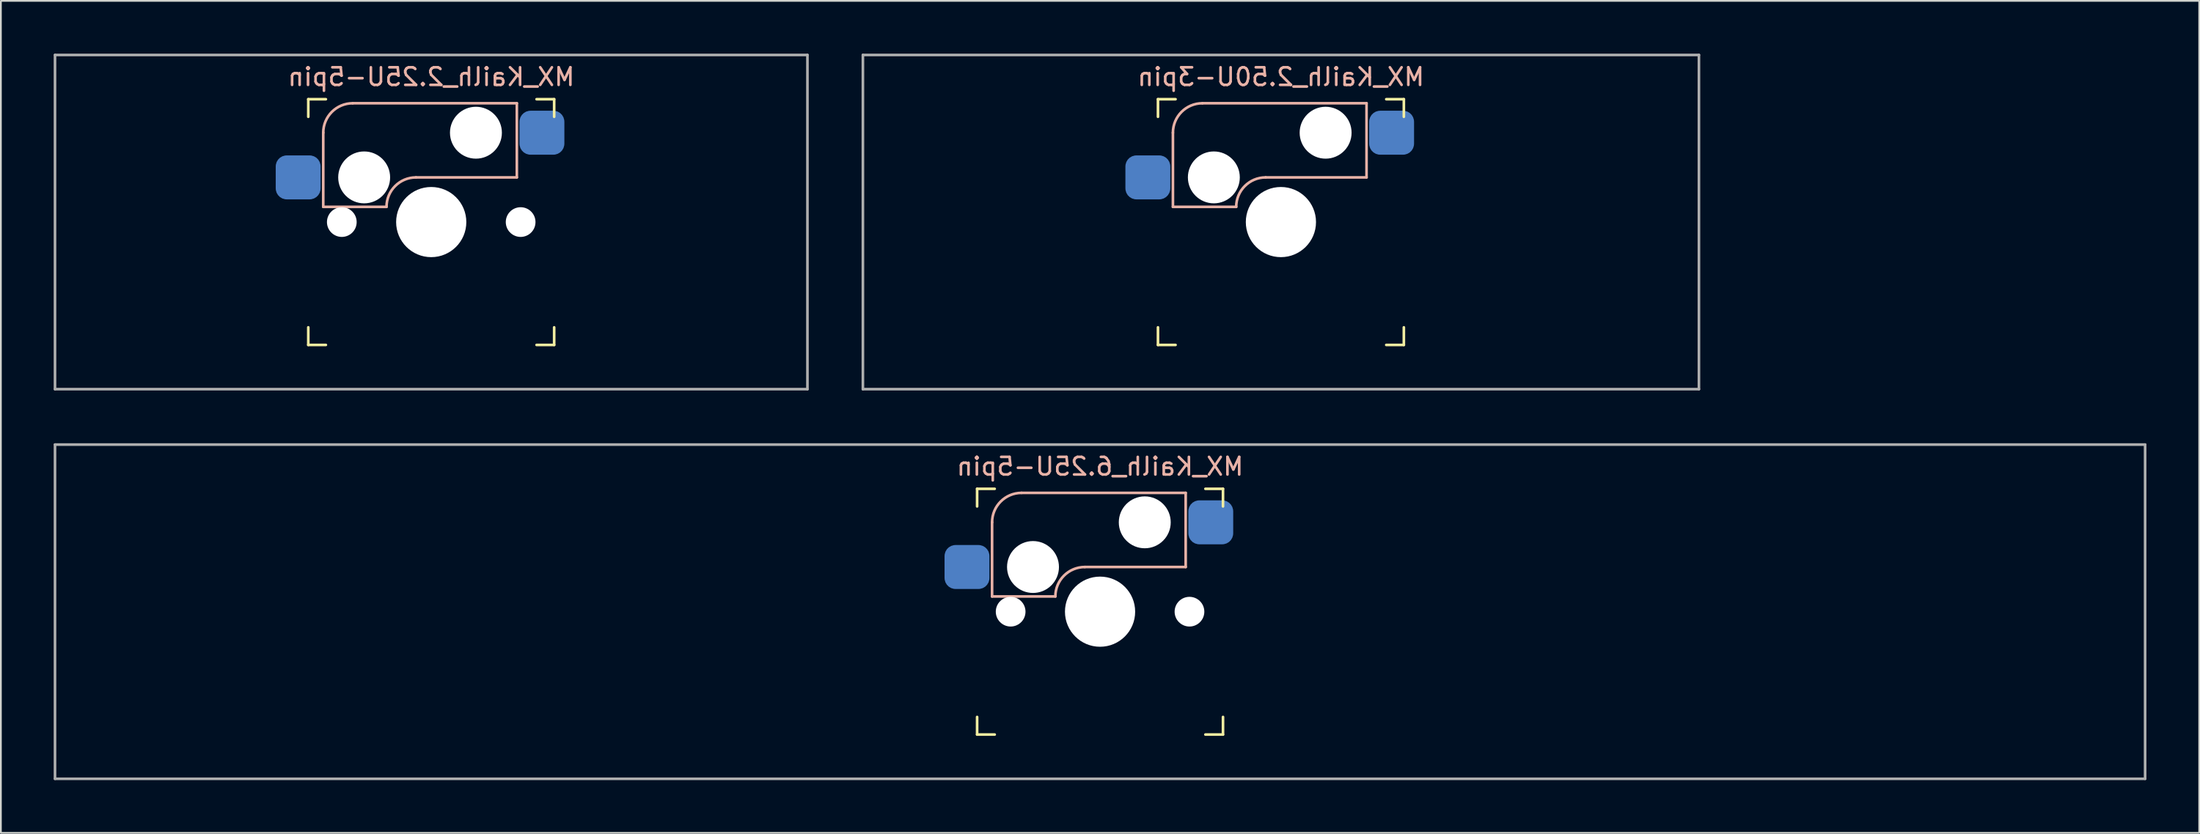
<source format=kicad_pcb>
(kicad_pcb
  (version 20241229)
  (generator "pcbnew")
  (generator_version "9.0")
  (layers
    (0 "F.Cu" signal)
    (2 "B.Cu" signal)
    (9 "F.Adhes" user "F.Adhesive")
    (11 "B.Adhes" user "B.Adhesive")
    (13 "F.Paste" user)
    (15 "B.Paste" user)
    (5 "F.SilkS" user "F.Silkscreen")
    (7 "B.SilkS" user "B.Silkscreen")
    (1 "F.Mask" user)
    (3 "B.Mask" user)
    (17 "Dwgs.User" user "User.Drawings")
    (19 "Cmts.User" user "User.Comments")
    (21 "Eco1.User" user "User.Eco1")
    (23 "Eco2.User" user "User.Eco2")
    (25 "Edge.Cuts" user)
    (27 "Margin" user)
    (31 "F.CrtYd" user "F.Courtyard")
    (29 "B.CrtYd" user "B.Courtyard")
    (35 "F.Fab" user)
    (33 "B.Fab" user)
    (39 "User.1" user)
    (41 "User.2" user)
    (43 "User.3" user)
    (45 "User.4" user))
  (footprint "MX_Kailh_2.25U-5pin"
    (layer "F.Cu")
    (at 21.45 9.575)
    (property "Reference" "MX_Kailh_2.25U-5pin" (at 0 -8.255 0) (layer "B.SilkS") (effects (font (size 1 1) (thickness 0.15)) (justify mirror)))
    (attr smd)
    (fp_line (start -6.985 -5.985) (end -6.985 -6.985) (stroke (width 0.15) (type solid)) (layer "F.SilkS"))
    (fp_line (start -6.985 6.985) (end -6.985 5.985) (stroke (width 0.15) (type solid)) (layer "F.SilkS"))
    (fp_line (start -6.985 6.985) (end -5.985 6.985) (stroke (width 0.15) (type solid)) (layer "F.SilkS"))
    (fp_line (start -5.985 -6.985) (end -6.985 -6.985) (stroke (width 0.15) (type solid)) (layer "F.SilkS"))
    (fp_line (start 5.985 6.985) (end 6.985 6.985) (stroke (width 0.15) (type solid)) (layer "F.SilkS"))
    (fp_line (start 6.985 -6.985) (end 5.985 -6.985) (stroke (width 0.15) (type solid)) (layer "F.SilkS"))
    (fp_line (start 6.985 -6.985) (end 6.985 -5.985) (stroke (width 0.15) (type solid)) (layer "F.SilkS"))
    (fp_line (start 6.985 5.985) (end 6.985 6.985) (stroke (width 0.15) (type solid)) (layer "F.SilkS"))
    (fp_line (start -6.135 -5.08) (end -6.135 -0.865) (stroke (width 0.15) (type solid)) (layer "B.SilkS"))
    (fp_line (start -6.135 -0.865) (end -2.54 -0.865) (stroke (width 0.15) (type solid)) (layer "B.SilkS"))
    (fp_line (start -4.46 -6.755) (end 4.865 -6.755) (stroke (width 0.15) (type solid)) (layer "B.SilkS"))
    (fp_line (start -0.865 -2.54) (end 4.865 -2.54) (stroke (width 0.15) (type solid)) (layer "B.SilkS"))
    (fp_line (start 4.865 -6.755) (end 4.865 -2.54) (stroke (width 0.15) (type solid)) (layer "B.SilkS"))
    (fp_arc (start -6.135 -5.08) (mid -5.644404 -6.264404) (end -4.46 -6.755) (stroke (width 0.15) (type solid)) (layer "B.SilkS"))
    (fp_arc (start -2.54 -0.865) (mid -2.049404 -2.049404) (end -0.865 -2.54) (stroke (width 0.15) (type solid)) (layer "B.SilkS"))
    (fp_line (start -6.985 6.985) (end -6.985 -6.985) (stroke (width 0.15) (type solid)) (layer "Eco2.User"))
    (fp_line (start -6.985 6.985) (end 6.985 6.985) (stroke (width 0.15) (type solid)) (layer "Eco2.User"))
    (fp_line (start 6.985 -6.985) (end -6.985 -6.985) (stroke (width 0.15) (type solid)) (layer "Eco2.User"))
    (fp_line (start 6.985 -6.985) (end 6.985 6.985) (stroke (width 0.15) (type solid)) (layer "Eco2.User"))
    (fp_line (start -21.375 -9.5) (end 21.375 -9.5) (stroke (width 0.15) (type solid)) (layer "F.Fab"))
    (fp_line (start -21.375 9.5) (end -21.375 -9.5) (stroke (width 0.15) (type solid)) (layer "F.Fab"))
    (fp_line (start 21.375 -9.5) (end 21.375 9.5) (stroke (width 0.15) (type solid)) (layer "F.Fab"))
    (fp_line (start 21.375 9.5) (end -21.375 9.5) (stroke (width 0.15) (type solid)) (layer "F.Fab"))
    (pad "" np_thru_hole circle (at -5.08 0) (size 1.688 1.688) (drill 1.688) (layers "*.Cu" "*.Mask"))
    (pad "" np_thru_hole circle (at -3.81 -2.54) (size 2.95 2.95) (drill 2.95) (layers "*.Cu" "*.Mask"))
    (pad "" np_thru_hole circle (at 0 0) (size 3.988 3.988) (drill 3.988) (layers "*.Cu" "*.Mask"))
    (pad "" np_thru_hole circle (at 2.54 -5.08) (size 2.95 2.95) (drill 2.95) (layers "*.Cu" "*.Mask"))
    (pad "" np_thru_hole circle (at 5.08 0) (size 1.688 1.688) (drill 1.688) (layers "*.Cu" "*.Mask"))
    (pad "1" smd roundrect (at 6.29 -5.08) (size 2.55 2.5) (layers "B.Cu" "B.Mask" "B.Paste") (roundrect_rratio 0.25))
    (pad "2" smd roundrect (at -7.56 -2.54) (size 2.55 2.5) (layers "B.Cu" "B.Mask" "B.Paste") (roundrect_rratio 0.25)))
  (footprint "MX_Kailh_6.25U-5pin"
    (layer "F.Cu")
    (at 59.45 31.725)
    (property "Reference" "MX_Kailh_6.25U-5pin" (at 0 -8.255 0) (layer "B.SilkS") (effects (font (size 1 1) (thickness 0.15)) (justify mirror)))
    (attr smd)
    (fp_line (start -6.985 -5.985) (end -6.985 -6.985) (stroke (width 0.15) (type solid)) (layer "F.SilkS"))
    (fp_line (start -6.985 6.985) (end -6.985 5.985) (stroke (width 0.15) (type solid)) (layer "F.SilkS"))
    (fp_line (start -6.985 6.985) (end -5.985 6.985) (stroke (width 0.15) (type solid)) (layer "F.SilkS"))
    (fp_line (start -5.985 -6.985) (end -6.985 -6.985) (stroke (width 0.15) (type solid)) (layer "F.SilkS"))
    (fp_line (start 5.985 6.985) (end 6.985 6.985) (stroke (width 0.15) (type solid)) (layer "F.SilkS"))
    (fp_line (start 6.985 -6.985) (end 5.985 -6.985) (stroke (width 0.15) (type solid)) (layer "F.SilkS"))
    (fp_line (start 6.985 -6.985) (end 6.985 -5.985) (stroke (width 0.15) (type solid)) (layer "F.SilkS"))
    (fp_line (start 6.985 5.985) (end 6.985 6.985) (stroke (width 0.15) (type solid)) (layer "F.SilkS"))
    (fp_line (start -6.135 -5.08) (end -6.135 -0.865) (stroke (width 0.15) (type solid)) (layer "B.SilkS"))
    (fp_line (start -6.135 -0.865) (end -2.54 -0.865) (stroke (width 0.15) (type solid)) (layer "B.SilkS"))
    (fp_line (start -4.46 -6.755) (end 4.865 -6.755) (stroke (width 0.15) (type solid)) (layer "B.SilkS"))
    (fp_line (start -0.865 -2.54) (end 4.865 -2.54) (stroke (width 0.15) (type solid)) (layer "B.SilkS"))
    (fp_line (start 4.865 -6.755) (end 4.865 -2.54) (stroke (width 0.15) (type solid)) (layer "B.SilkS"))
    (fp_arc (start -6.135 -5.08) (mid -5.644404 -6.264404) (end -4.46 -6.755) (stroke (width 0.15) (type solid)) (layer "B.SilkS"))
    (fp_arc (start -2.54 -0.865) (mid -2.049404 -2.049404) (end -0.865 -2.54) (stroke (width 0.15) (type solid)) (layer "B.SilkS"))
    (fp_line (start -6.985 6.985) (end -6.985 -6.985) (stroke (width 0.15) (type solid)) (layer "Eco2.User"))
    (fp_line (start -6.985 6.985) (end 6.985 6.985) (stroke (width 0.15) (type solid)) (layer "Eco2.User"))
    (fp_line (start 6.985 -6.985) (end -6.985 -6.985) (stroke (width 0.15) (type solid)) (layer "Eco2.User"))
    (fp_line (start 6.985 -6.985) (end 6.985 6.985) (stroke (width 0.15) (type solid)) (layer "Eco2.User"))
    (fp_line (start -59.375 -9.5) (end 59.375 -9.5) (stroke (width 0.15) (type solid)) (layer "F.Fab"))
    (fp_line (start -59.375 9.5) (end -59.375 -9.5) (stroke (width 0.15) (type solid)) (layer "F.Fab"))
    (fp_line (start 59.375 -9.5) (end 59.375 9.5) (stroke (width 0.15) (type solid)) (layer "F.Fab"))
    (fp_line (start 59.375 9.5) (end -59.375 9.5) (stroke (width 0.15) (type solid)) (layer "F.Fab"))
    (pad "" np_thru_hole circle (at -5.08 0) (size 1.688 1.688) (drill 1.688) (layers "*.Cu" "*.Mask"))
    (pad "" np_thru_hole circle (at -3.81 -2.54) (size 2.95 2.95) (drill 2.95) (layers "*.Cu" "*.Mask"))
    (pad "" np_thru_hole circle (at 0 0) (size 3.988 3.988) (drill 3.988) (layers "*.Cu" "*.Mask"))
    (pad "" np_thru_hole circle (at 2.54 -5.08) (size 2.95 2.95) (drill 2.95) (layers "*.Cu" "*.Mask"))
    (pad "" np_thru_hole circle (at 5.08 0) (size 1.688 1.688) (drill 1.688) (layers "*.Cu" "*.Mask"))
    (pad "1" smd roundrect (at 6.29 -5.08) (size 2.55 2.5) (layers "B.Cu" "B.Mask" "B.Paste") (roundrect_rratio 0.25))
    (pad "2" smd roundrect (at -7.56 -2.54) (size 2.55 2.5) (layers "B.Cu" "B.Mask" "B.Paste") (roundrect_rratio 0.25)))
  (footprint "MX_Kailh_2.50U-3pin"
    (layer "F.Cu")
    (at 69.725 9.575)
    (property "Reference" "MX_Kailh_2.50U-3pin" (at 0 -8.255 0) (layer "B.SilkS") (effects (font (size 1 1) (thickness 0.15)) (justify mirror)))
    (attr smd)
    (fp_line (start -6.985 -5.985) (end -6.985 -6.985) (stroke (width 0.15) (type solid)) (layer "F.SilkS"))
    (fp_line (start -6.985 6.985) (end -6.985 5.985) (stroke (width 0.15) (type solid)) (layer "F.SilkS"))
    (fp_line (start -6.985 6.985) (end -5.985 6.985) (stroke (width 0.15) (type solid)) (layer "F.SilkS"))
    (fp_line (start -5.985 -6.985) (end -6.985 -6.985) (stroke (width 0.15) (type solid)) (layer "F.SilkS"))
    (fp_line (start 5.985 6.985) (end 6.985 6.985) (stroke (width 0.15) (type solid)) (layer "F.SilkS"))
    (fp_line (start 6.985 -6.985) (end 5.985 -6.985) (stroke (width 0.15) (type solid)) (layer "F.SilkS"))
    (fp_line (start 6.985 -6.985) (end 6.985 -5.985) (stroke (width 0.15) (type solid)) (layer "F.SilkS"))
    (fp_line (start 6.985 5.985) (end 6.985 6.985) (stroke (width 0.15) (type solid)) (layer "F.SilkS"))
    (fp_line (start -6.135 -5.08) (end -6.135 -0.865) (stroke (width 0.15) (type solid)) (layer "B.SilkS"))
    (fp_line (start -6.135 -0.865) (end -2.54 -0.865) (stroke (width 0.15) (type solid)) (layer "B.SilkS"))
    (fp_line (start -4.46 -6.755) (end 4.865 -6.755) (stroke (width 0.15) (type solid)) (layer "B.SilkS"))
    (fp_line (start -0.865 -2.54) (end 4.865 -2.54) (stroke (width 0.15) (type solid)) (layer "B.SilkS"))
    (fp_line (start 4.865 -6.755) (end 4.865 -2.54) (stroke (width 0.15) (type solid)) (layer "B.SilkS"))
    (fp_arc (start -6.135 -5.08) (mid -5.644404 -6.264404) (end -4.46 -6.755) (stroke (width 0.15) (type solid)) (layer "B.SilkS"))
    (fp_arc (start -2.54 -0.865) (mid -2.049404 -2.049404) (end -0.865 -2.54) (stroke (width 0.15) (type solid)) (layer "B.SilkS"))
    (fp_line (start -6.985 6.985) (end -6.985 -6.985) (stroke (width 0.15) (type solid)) (layer "Eco2.User"))
    (fp_line (start -6.985 6.985) (end 6.985 6.985) (stroke (width 0.15) (type solid)) (layer "Eco2.User"))
    (fp_line (start 6.985 -6.985) (end -6.985 -6.985) (stroke (width 0.15) (type solid)) (layer "Eco2.User"))
    (fp_line (start 6.985 -6.985) (end 6.985 6.985) (stroke (width 0.15) (type solid)) (layer "Eco2.User"))
    (fp_line (start -23.75 -9.5) (end 23.75 -9.5) (stroke (width 0.15) (type solid)) (layer "F.Fab"))
    (fp_line (start -23.75 9.5) (end -23.75 -9.5) (stroke (width 0.15) (type solid)) (layer "F.Fab"))
    (fp_line (start 23.75 -9.5) (end 23.75 9.5) (stroke (width 0.15) (type solid)) (layer "F.Fab"))
    (fp_line (start 23.75 9.5) (end -23.75 9.5) (stroke (width 0.15) (type solid)) (layer "F.Fab"))
    (pad "" np_thru_hole circle (at -3.81 -2.54) (size 2.95 2.95) (drill 2.95) (layers "*.Cu" "*.Mask"))
    (pad "" np_thru_hole circle (at 0 0) (size 3.988 3.988) (drill 3.988) (layers "*.Cu" "*.Mask"))
    (pad "" np_thru_hole circle (at 2.54 -5.08) (size 2.95 2.95) (drill 2.95) (layers "*.Cu" "*.Mask"))
    (pad "1" smd roundrect (at 6.29 -5.08) (size 2.55 2.5) (layers "B.Cu" "B.Mask" "B.Paste") (roundrect_rratio 0.25))
    (pad "2" smd roundrect (at -7.56 -2.54) (size 2.55 2.5) (layers "B.Cu" "B.Mask" "B.Paste") (roundrect_rratio 0.25)))
  (gr_rect
    (start -3 -3)
    (end 121.9 44.3)
    (stroke (width 0.1) (type default))
    (fill no)
    (layer "Edge.Cuts")))
</source>
